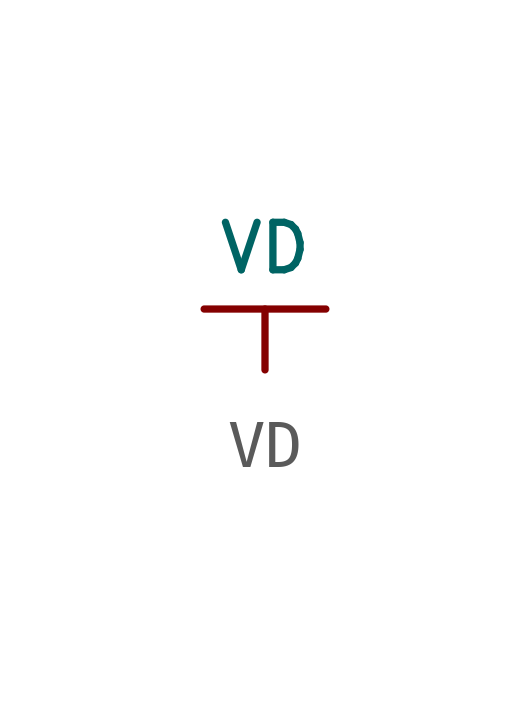
<source format=kicad_sym>
(kicad_symbol_lib
  (version 20220914)
  (generator kicad_symbol_editor)
  (symbol "VD"
    (power)
    (pin_numbers hide)
    (pin_names
      (offset 0) hide)
    (property "Reference" "#PWR"
      (at 0 -2.54 0)
      (effects (font (size 1.524 1.524)) hide))
    (property "Value" "VD"
      (at 0 1.27 0)
      (effects (font (size 0.991 0.991))))
    (property "Footprint" ""
      (at 0 0 0)
      (effects (font (size 1.524 1.524))))
    (property "Datasheet" ""
      (at 0 0 0)
      (effects (font (size 1.524 1.524))))
    (symbol "VD_0_1"
      (polyline (pts (xy -1.27 0) (xy 1.27 0)) (stroke (width 0) (type default)) (fill (type none))))
    (symbol "VD_1_1"
      (pin power_in line (at 0 -1.27 90) (length 1.27) (name "VD" (effects (font (size 1.27 1.27)))) (number "1" (effects (font (size 1.27 1.27))))))))
</source>
